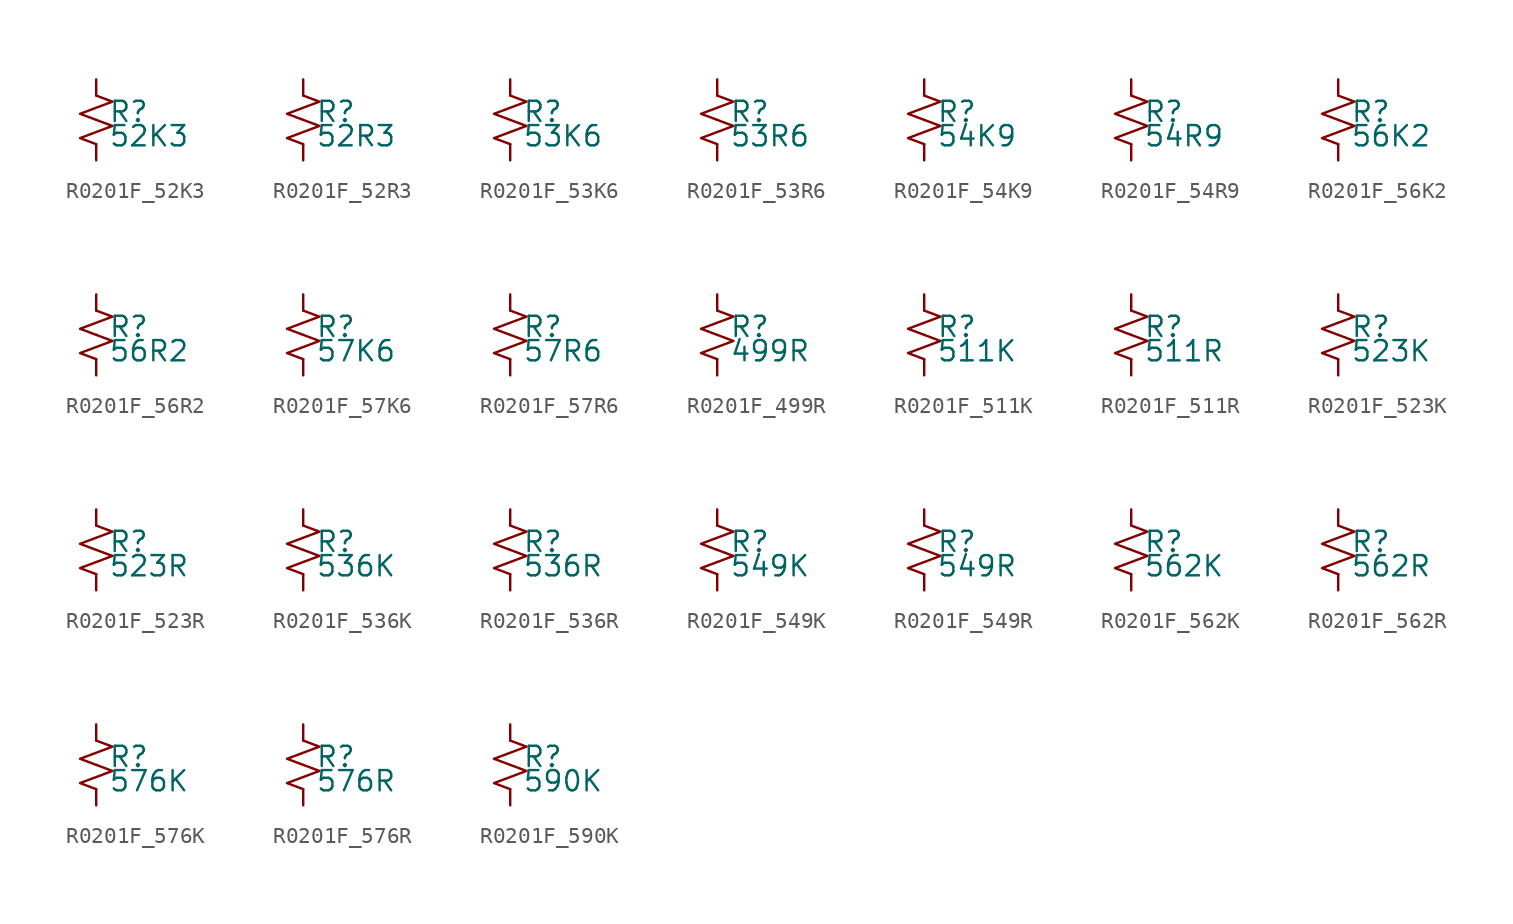
<source format=kicad_sym>
(kicad_symbol_lib
  (version 20220914)
  (generator kicad_symbol_editor)
  (symbol "R0201F_52K3"
    (pin_numbers hide)
    (pin_names
      (offset 0.254) hide)
    (property "Reference" "R"
      (at 0.762 0.508 0)
      (effects (font (size 1.27 1.27)) (justify left)))
    (property "Value" "52K3"
      (at 0.762 -1.016 0)
      (effects (font (size 1.27 1.27)) (justify left)))
    (symbol "R0201F_52K3_1_1"
      (polyline (pts (xy 0 0) (xy 1.016 -0.381) (xy 0 -0.762) (xy -1.016 -1.143) (xy 0 -1.524)) (stroke (width 0) (type default)) (fill (type none)))
      (polyline (pts (xy 0 1.524) (xy 1.016 1.143) (xy 0 0.762) (xy -1.016 0.381) (xy 0 0)) (stroke (width 0) (type default)) (fill (type none)))
      (pin passive line (at 0 2.54 270) (length 1.016) (name "~" (effects (font (size 1.27 1.27)))) (number "1" (effects (font (size 1.27 1.27)))))
      (pin passive line (at 0 -2.54 90) (length 1.016) (name "~" (effects (font (size 1.27 1.27)))) (number "2" (effects (font (size 1.27 1.27)))))))
  (symbol "R0201F_52R3"
    (pin_numbers hide)
    (pin_names
      (offset 0.254) hide)
    (property "Reference" "R"
      (at 0.762 0.508 0)
      (effects (font (size 1.27 1.27)) (justify left)))
    (property "Value" "52R3"
      (at 0.762 -1.016 0)
      (effects (font (size 1.27 1.27)) (justify left)))
    (symbol "R0201F_52R3_1_1"
      (polyline (pts (xy 0 0) (xy 1.016 -0.381) (xy 0 -0.762) (xy -1.016 -1.143) (xy 0 -1.524)) (stroke (width 0) (type default)) (fill (type none)))
      (polyline (pts (xy 0 1.524) (xy 1.016 1.143) (xy 0 0.762) (xy -1.016 0.381) (xy 0 0)) (stroke (width 0) (type default)) (fill (type none)))
      (pin passive line (at 0 2.54 270) (length 1.016) (name "~" (effects (font (size 1.27 1.27)))) (number "1" (effects (font (size 1.27 1.27)))))
      (pin passive line (at 0 -2.54 90) (length 1.016) (name "~" (effects (font (size 1.27 1.27)))) (number "2" (effects (font (size 1.27 1.27)))))))
  (symbol "R0201F_53K6"
    (pin_numbers hide)
    (pin_names
      (offset 0.254) hide)
    (property "Reference" "R"
      (at 0.762 0.508 0)
      (effects (font (size 1.27 1.27)) (justify left)))
    (property "Value" "53K6"
      (at 0.762 -1.016 0)
      (effects (font (size 1.27 1.27)) (justify left)))
    (symbol "R0201F_53K6_1_1"
      (polyline (pts (xy 0 0) (xy 1.016 -0.381) (xy 0 -0.762) (xy -1.016 -1.143) (xy 0 -1.524)) (stroke (width 0) (type default)) (fill (type none)))
      (polyline (pts (xy 0 1.524) (xy 1.016 1.143) (xy 0 0.762) (xy -1.016 0.381) (xy 0 0)) (stroke (width 0) (type default)) (fill (type none)))
      (pin passive line (at 0 2.54 270) (length 1.016) (name "~" (effects (font (size 1.27 1.27)))) (number "1" (effects (font (size 1.27 1.27)))))
      (pin passive line (at 0 -2.54 90) (length 1.016) (name "~" (effects (font (size 1.27 1.27)))) (number "2" (effects (font (size 1.27 1.27)))))))
  (symbol "R0201F_53R6"
    (pin_numbers hide)
    (pin_names
      (offset 0.254) hide)
    (property "Reference" "R"
      (at 0.762 0.508 0)
      (effects (font (size 1.27 1.27)) (justify left)))
    (property "Value" "53R6"
      (at 0.762 -1.016 0)
      (effects (font (size 1.27 1.27)) (justify left)))
    (symbol "R0201F_53R6_1_1"
      (polyline (pts (xy 0 0) (xy 1.016 -0.381) (xy 0 -0.762) (xy -1.016 -1.143) (xy 0 -1.524)) (stroke (width 0) (type default)) (fill (type none)))
      (polyline (pts (xy 0 1.524) (xy 1.016 1.143) (xy 0 0.762) (xy -1.016 0.381) (xy 0 0)) (stroke (width 0) (type default)) (fill (type none)))
      (pin passive line (at 0 2.54 270) (length 1.016) (name "~" (effects (font (size 1.27 1.27)))) (number "1" (effects (font (size 1.27 1.27)))))
      (pin passive line (at 0 -2.54 90) (length 1.016) (name "~" (effects (font (size 1.27 1.27)))) (number "2" (effects (font (size 1.27 1.27)))))))
  (symbol "R0201F_54K9"
    (pin_numbers hide)
    (pin_names
      (offset 0.254) hide)
    (property "Reference" "R"
      (at 0.762 0.508 0)
      (effects (font (size 1.27 1.27)) (justify left)))
    (property "Value" "54K9"
      (at 0.762 -1.016 0)
      (effects (font (size 1.27 1.27)) (justify left)))
    (symbol "R0201F_54K9_1_1"
      (polyline (pts (xy 0 0) (xy 1.016 -0.381) (xy 0 -0.762) (xy -1.016 -1.143) (xy 0 -1.524)) (stroke (width 0) (type default)) (fill (type none)))
      (polyline (pts (xy 0 1.524) (xy 1.016 1.143) (xy 0 0.762) (xy -1.016 0.381) (xy 0 0)) (stroke (width 0) (type default)) (fill (type none)))
      (pin passive line (at 0 2.54 270) (length 1.016) (name "~" (effects (font (size 1.27 1.27)))) (number "1" (effects (font (size 1.27 1.27)))))
      (pin passive line (at 0 -2.54 90) (length 1.016) (name "~" (effects (font (size 1.27 1.27)))) (number "2" (effects (font (size 1.27 1.27)))))))
  (symbol "R0201F_54R9"
    (pin_numbers hide)
    (pin_names
      (offset 0.254) hide)
    (property "Reference" "R"
      (at 0.762 0.508 0)
      (effects (font (size 1.27 1.27)) (justify left)))
    (property "Value" "54R9"
      (at 0.762 -1.016 0)
      (effects (font (size 1.27 1.27)) (justify left)))
    (symbol "R0201F_54R9_1_1"
      (polyline (pts (xy 0 0) (xy 1.016 -0.381) (xy 0 -0.762) (xy -1.016 -1.143) (xy 0 -1.524)) (stroke (width 0) (type default)) (fill (type none)))
      (polyline (pts (xy 0 1.524) (xy 1.016 1.143) (xy 0 0.762) (xy -1.016 0.381) (xy 0 0)) (stroke (width 0) (type default)) (fill (type none)))
      (pin passive line (at 0 2.54 270) (length 1.016) (name "~" (effects (font (size 1.27 1.27)))) (number "1" (effects (font (size 1.27 1.27)))))
      (pin passive line (at 0 -2.54 90) (length 1.016) (name "~" (effects (font (size 1.27 1.27)))) (number "2" (effects (font (size 1.27 1.27)))))))
  (symbol "R0201F_56K2"
    (pin_numbers hide)
    (pin_names
      (offset 0.254) hide)
    (property "Reference" "R"
      (at 0.762 0.508 0)
      (effects (font (size 1.27 1.27)) (justify left)))
    (property "Value" "56K2"
      (at 0.762 -1.016 0)
      (effects (font (size 1.27 1.27)) (justify left)))
    (symbol "R0201F_56K2_1_1"
      (polyline (pts (xy 0 0) (xy 1.016 -0.381) (xy 0 -0.762) (xy -1.016 -1.143) (xy 0 -1.524)) (stroke (width 0) (type default)) (fill (type none)))
      (polyline (pts (xy 0 1.524) (xy 1.016 1.143) (xy 0 0.762) (xy -1.016 0.381) (xy 0 0)) (stroke (width 0) (type default)) (fill (type none)))
      (pin passive line (at 0 2.54 270) (length 1.016) (name "~" (effects (font (size 1.27 1.27)))) (number "1" (effects (font (size 1.27 1.27)))))
      (pin passive line (at 0 -2.54 90) (length 1.016) (name "~" (effects (font (size 1.27 1.27)))) (number "2" (effects (font (size 1.27 1.27)))))))
  (symbol "R0201F_56R2"
    (pin_numbers hide)
    (pin_names
      (offset 0.254) hide)
    (property "Reference" "R"
      (at 0.762 0.508 0)
      (effects (font (size 1.27 1.27)) (justify left)))
    (property "Value" "56R2"
      (at 0.762 -1.016 0)
      (effects (font (size 1.27 1.27)) (justify left)))
    (symbol "R0201F_56R2_1_1"
      (polyline (pts (xy 0 0) (xy 1.016 -0.381) (xy 0 -0.762) (xy -1.016 -1.143) (xy 0 -1.524)) (stroke (width 0) (type default)) (fill (type none)))
      (polyline (pts (xy 0 1.524) (xy 1.016 1.143) (xy 0 0.762) (xy -1.016 0.381) (xy 0 0)) (stroke (width 0) (type default)) (fill (type none)))
      (pin passive line (at 0 2.54 270) (length 1.016) (name "~" (effects (font (size 1.27 1.27)))) (number "1" (effects (font (size 1.27 1.27)))))
      (pin passive line (at 0 -2.54 90) (length 1.016) (name "~" (effects (font (size 1.27 1.27)))) (number "2" (effects (font (size 1.27 1.27)))))))
  (symbol "R0201F_57K6"
    (pin_numbers hide)
    (pin_names
      (offset 0.254) hide)
    (property "Reference" "R"
      (at 0.762 0.508 0)
      (effects (font (size 1.27 1.27)) (justify left)))
    (property "Value" "57K6"
      (at 0.762 -1.016 0)
      (effects (font (size 1.27 1.27)) (justify left)))
    (symbol "R0201F_57K6_1_1"
      (polyline (pts (xy 0 0) (xy 1.016 -0.381) (xy 0 -0.762) (xy -1.016 -1.143) (xy 0 -1.524)) (stroke (width 0) (type default)) (fill (type none)))
      (polyline (pts (xy 0 1.524) (xy 1.016 1.143) (xy 0 0.762) (xy -1.016 0.381) (xy 0 0)) (stroke (width 0) (type default)) (fill (type none)))
      (pin passive line (at 0 2.54 270) (length 1.016) (name "~" (effects (font (size 1.27 1.27)))) (number "1" (effects (font (size 1.27 1.27)))))
      (pin passive line (at 0 -2.54 90) (length 1.016) (name "~" (effects (font (size 1.27 1.27)))) (number "2" (effects (font (size 1.27 1.27)))))))
  (symbol "R0201F_57R6"
    (pin_numbers hide)
    (pin_names
      (offset 0.254) hide)
    (property "Reference" "R"
      (at 0.762 0.508 0)
      (effects (font (size 1.27 1.27)) (justify left)))
    (property "Value" "57R6"
      (at 0.762 -1.016 0)
      (effects (font (size 1.27 1.27)) (justify left)))
    (symbol "R0201F_57R6_1_1"
      (polyline (pts (xy 0 0) (xy 1.016 -0.381) (xy 0 -0.762) (xy -1.016 -1.143) (xy 0 -1.524)) (stroke (width 0) (type default)) (fill (type none)))
      (polyline (pts (xy 0 1.524) (xy 1.016 1.143) (xy 0 0.762) (xy -1.016 0.381) (xy 0 0)) (stroke (width 0) (type default)) (fill (type none)))
      (pin passive line (at 0 2.54 270) (length 1.016) (name "~" (effects (font (size 1.27 1.27)))) (number "1" (effects (font (size 1.27 1.27)))))
      (pin passive line (at 0 -2.54 90) (length 1.016) (name "~" (effects (font (size 1.27 1.27)))) (number "2" (effects (font (size 1.27 1.27)))))))
  (symbol "R0201F_499R"
    (pin_numbers hide)
    (pin_names
      (offset 0.254) hide)
    (property "Reference" "R"
      (at 0.762 0.508 0)
      (effects (font (size 1.27 1.27)) (justify left)))
    (property "Value" "499R"
      (at 0.762 -1.016 0)
      (effects (font (size 1.27 1.27)) (justify left)))
    (symbol "R0201F_499R_1_1"
      (polyline (pts (xy 0 0) (xy 1.016 -0.381) (xy 0 -0.762) (xy -1.016 -1.143) (xy 0 -1.524)) (stroke (width 0) (type default)) (fill (type none)))
      (polyline (pts (xy 0 1.524) (xy 1.016 1.143) (xy 0 0.762) (xy -1.016 0.381) (xy 0 0)) (stroke (width 0) (type default)) (fill (type none)))
      (pin passive line (at 0 2.54 270) (length 1.016) (name "~" (effects (font (size 1.27 1.27)))) (number "1" (effects (font (size 1.27 1.27)))))
      (pin passive line (at 0 -2.54 90) (length 1.016) (name "~" (effects (font (size 1.27 1.27)))) (number "2" (effects (font (size 1.27 1.27)))))))
  (symbol "R0201F_511K"
    (pin_numbers hide)
    (pin_names
      (offset 0.254) hide)
    (property "Reference" "R"
      (at 0.762 0.508 0)
      (effects (font (size 1.27 1.27)) (justify left)))
    (property "Value" "511K"
      (at 0.762 -1.016 0)
      (effects (font (size 1.27 1.27)) (justify left)))
    (symbol "R0201F_511K_1_1"
      (polyline (pts (xy 0 0) (xy 1.016 -0.381) (xy 0 -0.762) (xy -1.016 -1.143) (xy 0 -1.524)) (stroke (width 0) (type default)) (fill (type none)))
      (polyline (pts (xy 0 1.524) (xy 1.016 1.143) (xy 0 0.762) (xy -1.016 0.381) (xy 0 0)) (stroke (width 0) (type default)) (fill (type none)))
      (pin passive line (at 0 2.54 270) (length 1.016) (name "~" (effects (font (size 1.27 1.27)))) (number "1" (effects (font (size 1.27 1.27)))))
      (pin passive line (at 0 -2.54 90) (length 1.016) (name "~" (effects (font (size 1.27 1.27)))) (number "2" (effects (font (size 1.27 1.27)))))))
  (symbol "R0201F_511R"
    (pin_numbers hide)
    (pin_names
      (offset 0.254) hide)
    (property "Reference" "R"
      (at 0.762 0.508 0)
      (effects (font (size 1.27 1.27)) (justify left)))
    (property "Value" "511R"
      (at 0.762 -1.016 0)
      (effects (font (size 1.27 1.27)) (justify left)))
    (symbol "R0201F_511R_1_1"
      (polyline (pts (xy 0 0) (xy 1.016 -0.381) (xy 0 -0.762) (xy -1.016 -1.143) (xy 0 -1.524)) (stroke (width 0) (type default)) (fill (type none)))
      (polyline (pts (xy 0 1.524) (xy 1.016 1.143) (xy 0 0.762) (xy -1.016 0.381) (xy 0 0)) (stroke (width 0) (type default)) (fill (type none)))
      (pin passive line (at 0 2.54 270) (length 1.016) (name "~" (effects (font (size 1.27 1.27)))) (number "1" (effects (font (size 1.27 1.27)))))
      (pin passive line (at 0 -2.54 90) (length 1.016) (name "~" (effects (font (size 1.27 1.27)))) (number "2" (effects (font (size 1.27 1.27)))))))
  (symbol "R0201F_523K"
    (pin_numbers hide)
    (pin_names
      (offset 0.254) hide)
    (property "Reference" "R"
      (at 0.762 0.508 0)
      (effects (font (size 1.27 1.27)) (justify left)))
    (property "Value" "523K"
      (at 0.762 -1.016 0)
      (effects (font (size 1.27 1.27)) (justify left)))
    (symbol "R0201F_523K_1_1"
      (polyline (pts (xy 0 0) (xy 1.016 -0.381) (xy 0 -0.762) (xy -1.016 -1.143) (xy 0 -1.524)) (stroke (width 0) (type default)) (fill (type none)))
      (polyline (pts (xy 0 1.524) (xy 1.016 1.143) (xy 0 0.762) (xy -1.016 0.381) (xy 0 0)) (stroke (width 0) (type default)) (fill (type none)))
      (pin passive line (at 0 2.54 270) (length 1.016) (name "~" (effects (font (size 1.27 1.27)))) (number "1" (effects (font (size 1.27 1.27)))))
      (pin passive line (at 0 -2.54 90) (length 1.016) (name "~" (effects (font (size 1.27 1.27)))) (number "2" (effects (font (size 1.27 1.27)))))))
  (symbol "R0201F_523R"
    (pin_numbers hide)
    (pin_names
      (offset 0.254) hide)
    (property "Reference" "R"
      (at 0.762 0.508 0)
      (effects (font (size 1.27 1.27)) (justify left)))
    (property "Value" "523R"
      (at 0.762 -1.016 0)
      (effects (font (size 1.27 1.27)) (justify left)))
    (symbol "R0201F_523R_1_1"
      (polyline (pts (xy 0 0) (xy 1.016 -0.381) (xy 0 -0.762) (xy -1.016 -1.143) (xy 0 -1.524)) (stroke (width 0) (type default)) (fill (type none)))
      (polyline (pts (xy 0 1.524) (xy 1.016 1.143) (xy 0 0.762) (xy -1.016 0.381) (xy 0 0)) (stroke (width 0) (type default)) (fill (type none)))
      (pin passive line (at 0 2.54 270) (length 1.016) (name "~" (effects (font (size 1.27 1.27)))) (number "1" (effects (font (size 1.27 1.27)))))
      (pin passive line (at 0 -2.54 90) (length 1.016) (name "~" (effects (font (size 1.27 1.27)))) (number "2" (effects (font (size 1.27 1.27)))))))
  (symbol "R0201F_536K"
    (pin_numbers hide)
    (pin_names
      (offset 0.254) hide)
    (property "Reference" "R"
      (at 0.762 0.508 0)
      (effects (font (size 1.27 1.27)) (justify left)))
    (property "Value" "536K"
      (at 0.762 -1.016 0)
      (effects (font (size 1.27 1.27)) (justify left)))
    (symbol "R0201F_536K_1_1"
      (polyline (pts (xy 0 0) (xy 1.016 -0.381) (xy 0 -0.762) (xy -1.016 -1.143) (xy 0 -1.524)) (stroke (width 0) (type default)) (fill (type none)))
      (polyline (pts (xy 0 1.524) (xy 1.016 1.143) (xy 0 0.762) (xy -1.016 0.381) (xy 0 0)) (stroke (width 0) (type default)) (fill (type none)))
      (pin passive line (at 0 2.54 270) (length 1.016) (name "~" (effects (font (size 1.27 1.27)))) (number "1" (effects (font (size 1.27 1.27)))))
      (pin passive line (at 0 -2.54 90) (length 1.016) (name "~" (effects (font (size 1.27 1.27)))) (number "2" (effects (font (size 1.27 1.27)))))))
  (symbol "R0201F_536R"
    (pin_numbers hide)
    (pin_names
      (offset 0.254) hide)
    (property "Reference" "R"
      (at 0.762 0.508 0)
      (effects (font (size 1.27 1.27)) (justify left)))
    (property "Value" "536R"
      (at 0.762 -1.016 0)
      (effects (font (size 1.27 1.27)) (justify left)))
    (symbol "R0201F_536R_1_1"
      (polyline (pts (xy 0 0) (xy 1.016 -0.381) (xy 0 -0.762) (xy -1.016 -1.143) (xy 0 -1.524)) (stroke (width 0) (type default)) (fill (type none)))
      (polyline (pts (xy 0 1.524) (xy 1.016 1.143) (xy 0 0.762) (xy -1.016 0.381) (xy 0 0)) (stroke (width 0) (type default)) (fill (type none)))
      (pin passive line (at 0 2.54 270) (length 1.016) (name "~" (effects (font (size 1.27 1.27)))) (number "1" (effects (font (size 1.27 1.27)))))
      (pin passive line (at 0 -2.54 90) (length 1.016) (name "~" (effects (font (size 1.27 1.27)))) (number "2" (effects (font (size 1.27 1.27)))))))
  (symbol "R0201F_549K"
    (pin_numbers hide)
    (pin_names
      (offset 0.254) hide)
    (property "Reference" "R"
      (at 0.762 0.508 0)
      (effects (font (size 1.27 1.27)) (justify left)))
    (property "Value" "549K"
      (at 0.762 -1.016 0)
      (effects (font (size 1.27 1.27)) (justify left)))
    (symbol "R0201F_549K_1_1"
      (polyline (pts (xy 0 0) (xy 1.016 -0.381) (xy 0 -0.762) (xy -1.016 -1.143) (xy 0 -1.524)) (stroke (width 0) (type default)) (fill (type none)))
      (polyline (pts (xy 0 1.524) (xy 1.016 1.143) (xy 0 0.762) (xy -1.016 0.381) (xy 0 0)) (stroke (width 0) (type default)) (fill (type none)))
      (pin passive line (at 0 2.54 270) (length 1.016) (name "~" (effects (font (size 1.27 1.27)))) (number "1" (effects (font (size 1.27 1.27)))))
      (pin passive line (at 0 -2.54 90) (length 1.016) (name "~" (effects (font (size 1.27 1.27)))) (number "2" (effects (font (size 1.27 1.27)))))))
  (symbol "R0201F_549R"
    (pin_numbers hide)
    (pin_names
      (offset 0.254) hide)
    (property "Reference" "R"
      (at 0.762 0.508 0)
      (effects (font (size 1.27 1.27)) (justify left)))
    (property "Value" "549R"
      (at 0.762 -1.016 0)
      (effects (font (size 1.27 1.27)) (justify left)))
    (symbol "R0201F_549R_1_1"
      (polyline (pts (xy 0 0) (xy 1.016 -0.381) (xy 0 -0.762) (xy -1.016 -1.143) (xy 0 -1.524)) (stroke (width 0) (type default)) (fill (type none)))
      (polyline (pts (xy 0 1.524) (xy 1.016 1.143) (xy 0 0.762) (xy -1.016 0.381) (xy 0 0)) (stroke (width 0) (type default)) (fill (type none)))
      (pin passive line (at 0 2.54 270) (length 1.016) (name "~" (effects (font (size 1.27 1.27)))) (number "1" (effects (font (size 1.27 1.27)))))
      (pin passive line (at 0 -2.54 90) (length 1.016) (name "~" (effects (font (size 1.27 1.27)))) (number "2" (effects (font (size 1.27 1.27)))))))
  (symbol "R0201F_562K"
    (pin_numbers hide)
    (pin_names
      (offset 0.254) hide)
    (property "Reference" "R"
      (at 0.762 0.508 0)
      (effects (font (size 1.27 1.27)) (justify left)))
    (property "Value" "562K"
      (at 0.762 -1.016 0)
      (effects (font (size 1.27 1.27)) (justify left)))
    (symbol "R0201F_562K_1_1"
      (polyline (pts (xy 0 0) (xy 1.016 -0.381) (xy 0 -0.762) (xy -1.016 -1.143) (xy 0 -1.524)) (stroke (width 0) (type default)) (fill (type none)))
      (polyline (pts (xy 0 1.524) (xy 1.016 1.143) (xy 0 0.762) (xy -1.016 0.381) (xy 0 0)) (stroke (width 0) (type default)) (fill (type none)))
      (pin passive line (at 0 2.54 270) (length 1.016) (name "~" (effects (font (size 1.27 1.27)))) (number "1" (effects (font (size 1.27 1.27)))))
      (pin passive line (at 0 -2.54 90) (length 1.016) (name "~" (effects (font (size 1.27 1.27)))) (number "2" (effects (font (size 1.27 1.27)))))))
  (symbol "R0201F_562R"
    (pin_numbers hide)
    (pin_names
      (offset 0.254) hide)
    (property "Reference" "R"
      (at 0.762 0.508 0)
      (effects (font (size 1.27 1.27)) (justify left)))
    (property "Value" "562R"
      (at 0.762 -1.016 0)
      (effects (font (size 1.27 1.27)) (justify left)))
    (symbol "R0201F_562R_1_1"
      (polyline (pts (xy 0 0) (xy 1.016 -0.381) (xy 0 -0.762) (xy -1.016 -1.143) (xy 0 -1.524)) (stroke (width 0) (type default)) (fill (type none)))
      (polyline (pts (xy 0 1.524) (xy 1.016 1.143) (xy 0 0.762) (xy -1.016 0.381) (xy 0 0)) (stroke (width 0) (type default)) (fill (type none)))
      (pin passive line (at 0 2.54 270) (length 1.016) (name "~" (effects (font (size 1.27 1.27)))) (number "1" (effects (font (size 1.27 1.27)))))
      (pin passive line (at 0 -2.54 90) (length 1.016) (name "~" (effects (font (size 1.27 1.27)))) (number "2" (effects (font (size 1.27 1.27)))))))
  (symbol "R0201F_576K"
    (pin_numbers hide)
    (pin_names
      (offset 0.254) hide)
    (property "Reference" "R"
      (at 0.762 0.508 0)
      (effects (font (size 1.27 1.27)) (justify left)))
    (property "Value" "576K"
      (at 0.762 -1.016 0)
      (effects (font (size 1.27 1.27)) (justify left)))
    (symbol "R0201F_576K_1_1"
      (polyline (pts (xy 0 0) (xy 1.016 -0.381) (xy 0 -0.762) (xy -1.016 -1.143) (xy 0 -1.524)) (stroke (width 0) (type default)) (fill (type none)))
      (polyline (pts (xy 0 1.524) (xy 1.016 1.143) (xy 0 0.762) (xy -1.016 0.381) (xy 0 0)) (stroke (width 0) (type default)) (fill (type none)))
      (pin passive line (at 0 2.54 270) (length 1.016) (name "~" (effects (font (size 1.27 1.27)))) (number "1" (effects (font (size 1.27 1.27)))))
      (pin passive line (at 0 -2.54 90) (length 1.016) (name "~" (effects (font (size 1.27 1.27)))) (number "2" (effects (font (size 1.27 1.27)))))))
  (symbol "R0201F_576R"
    (pin_numbers hide)
    (pin_names
      (offset 0.254) hide)
    (property "Reference" "R"
      (at 0.762 0.508 0)
      (effects (font (size 1.27 1.27)) (justify left)))
    (property "Value" "576R"
      (at 0.762 -1.016 0)
      (effects (font (size 1.27 1.27)) (justify left)))
    (symbol "R0201F_576R_1_1"
      (polyline (pts (xy 0 0) (xy 1.016 -0.381) (xy 0 -0.762) (xy -1.016 -1.143) (xy 0 -1.524)) (stroke (width 0) (type default)) (fill (type none)))
      (polyline (pts (xy 0 1.524) (xy 1.016 1.143) (xy 0 0.762) (xy -1.016 0.381) (xy 0 0)) (stroke (width 0) (type default)) (fill (type none)))
      (pin passive line (at 0 2.54 270) (length 1.016) (name "~" (effects (font (size 1.27 1.27)))) (number "1" (effects (font (size 1.27 1.27)))))
      (pin passive line (at 0 -2.54 90) (length 1.016) (name "~" (effects (font (size 1.27 1.27)))) (number "2" (effects (font (size 1.27 1.27)))))))
  (symbol "R0201F_590K"
    (pin_numbers hide)
    (pin_names
      (offset 0.254) hide)
    (property "Reference" "R"
      (at 0.762 0.508 0)
      (effects (font (size 1.27 1.27)) (justify left)))
    (property "Value" "590K"
      (at 0.762 -1.016 0)
      (effects (font (size 1.27 1.27)) (justify left)))
    (symbol "R0201F_590K_1_1"
      (polyline (pts (xy 0 0) (xy 1.016 -0.381) (xy 0 -0.762) (xy -1.016 -1.143) (xy 0 -1.524)) (stroke (width 0) (type default)) (fill (type none)))
      (polyline (pts (xy 0 1.524) (xy 1.016 1.143) (xy 0 0.762) (xy -1.016 0.381) (xy 0 0)) (stroke (width 0) (type default)) (fill (type none)))
      (pin passive line (at 0 2.54 270) (length 1.016) (name "~" (effects (font (size 1.27 1.27)))) (number "1" (effects (font (size 1.27 1.27)))))
      (pin passive line (at 0 -2.54 90) (length 1.016) (name "~" (effects (font (size 1.27 1.27)))) (number "2" (effects (font (size 1.27 1.27))))))))
</source>
